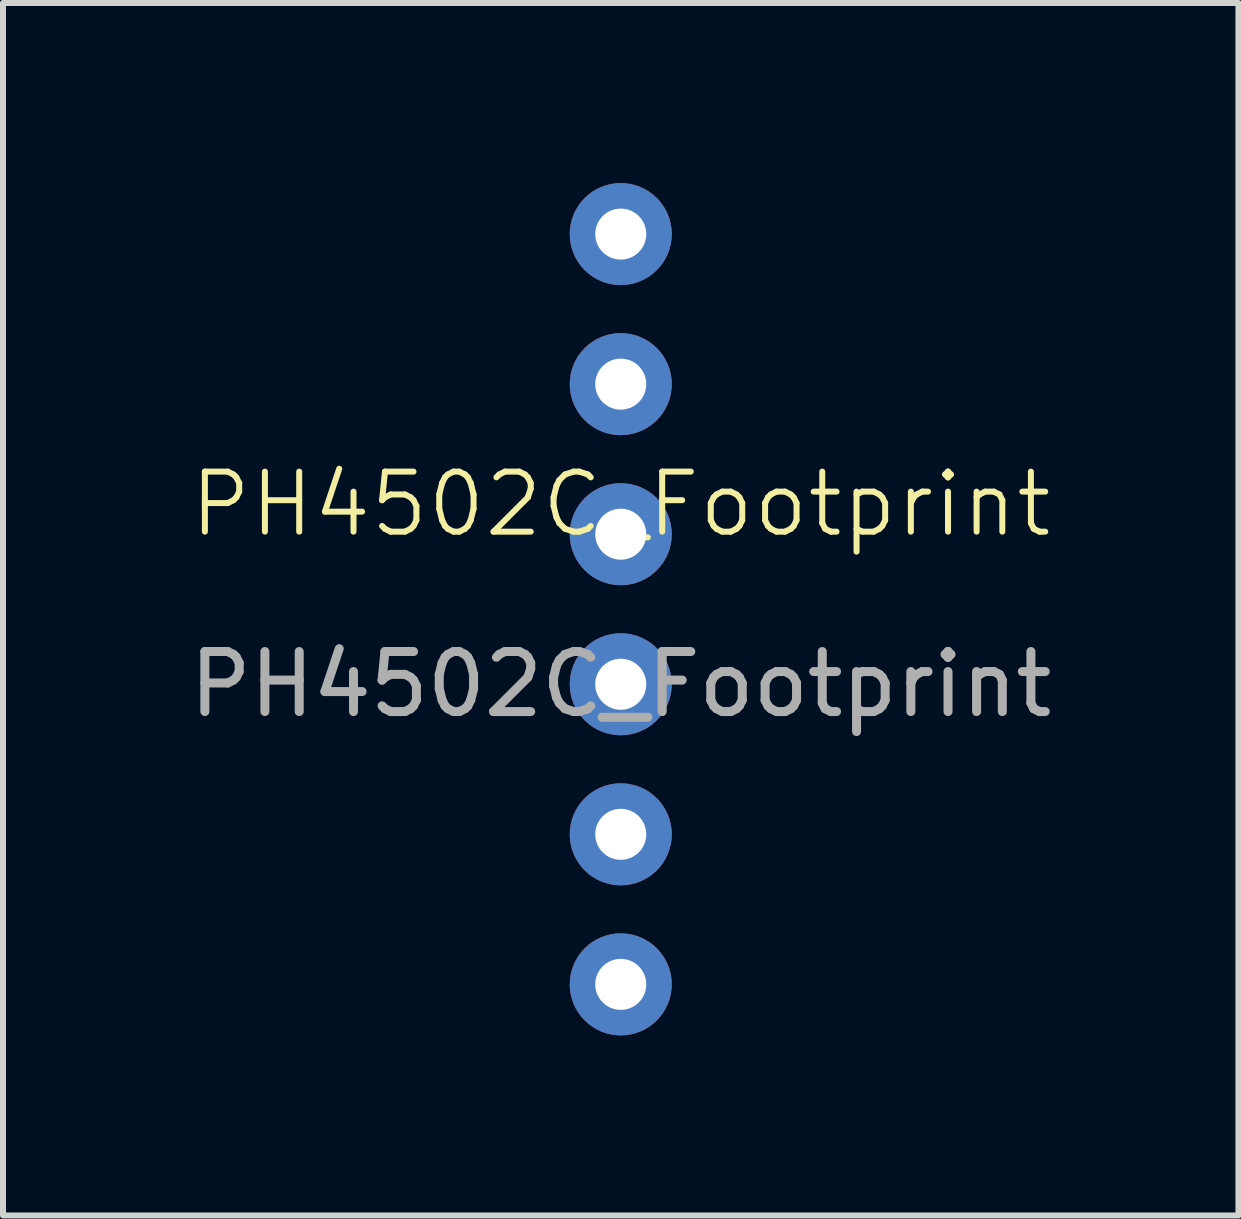
<source format=kicad_pcb>
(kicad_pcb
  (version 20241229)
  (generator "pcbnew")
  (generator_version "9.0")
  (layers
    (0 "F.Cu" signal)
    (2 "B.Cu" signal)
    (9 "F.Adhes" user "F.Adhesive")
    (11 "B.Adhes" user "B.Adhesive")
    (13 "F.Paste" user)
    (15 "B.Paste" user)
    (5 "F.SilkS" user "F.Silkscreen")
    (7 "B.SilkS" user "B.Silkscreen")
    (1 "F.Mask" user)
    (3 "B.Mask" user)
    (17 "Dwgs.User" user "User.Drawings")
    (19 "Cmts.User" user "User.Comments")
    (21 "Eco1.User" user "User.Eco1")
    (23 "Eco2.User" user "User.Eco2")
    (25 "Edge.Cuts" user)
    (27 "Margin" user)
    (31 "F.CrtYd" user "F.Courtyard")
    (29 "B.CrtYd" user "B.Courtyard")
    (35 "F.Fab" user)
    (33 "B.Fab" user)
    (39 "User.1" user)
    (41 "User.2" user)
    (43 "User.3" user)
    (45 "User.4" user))
  (footprint "PH4502C_Footprint"
    (layer "F.Cu")
    (at 7.292 5.85)
    (property "Reference" "PH4502C_Footprint" (at 0 -0.5 0) (unlocked yes) (layer "F.SilkS") (effects (font (size 1 1) (thickness 0.1))))
    (attr through_hole)
    (fp_text user "${REFERENCE}" (at 0 2.5 0) (unlocked yes) (layer "F.Fab") (effects (font (size 1 1) (thickness 0.15))))
    (pad "1" thru_hole circle (at 0 -5) (size 1.7 1.7) (drill 0.85) (layers "*.Cu" "*.Mask"))
    (pad "2" thru_hole circle (at 0 -2.5) (size 1.7 1.7) (drill 0.85) (layers "*.Cu" "*.Mask"))
    (pad "3" thru_hole circle (at 0 0) (size 1.7 1.7) (drill 0.85) (layers "*.Cu" "*.Mask"))
    (pad "4" thru_hole circle (at 0 2.5) (size 1.7 1.7) (drill 0.85) (layers "*.Cu" "*.Mask"))
    (pad "5" thru_hole circle (at 0 5) (size 1.7 1.7) (drill 0.85) (layers "*.Cu" "*.Mask"))
    (pad "6" thru_hole circle (at 0 7.5) (size 1.7 1.7) (drill 0.85) (layers "*.Cu" "*.Mask")))
  (gr_rect
    (start -3 -3)
    (end 17.583 17.2)
    (stroke (width 0.1) (type default))
    (fill no)
    (layer "Edge.Cuts")))
</source>
